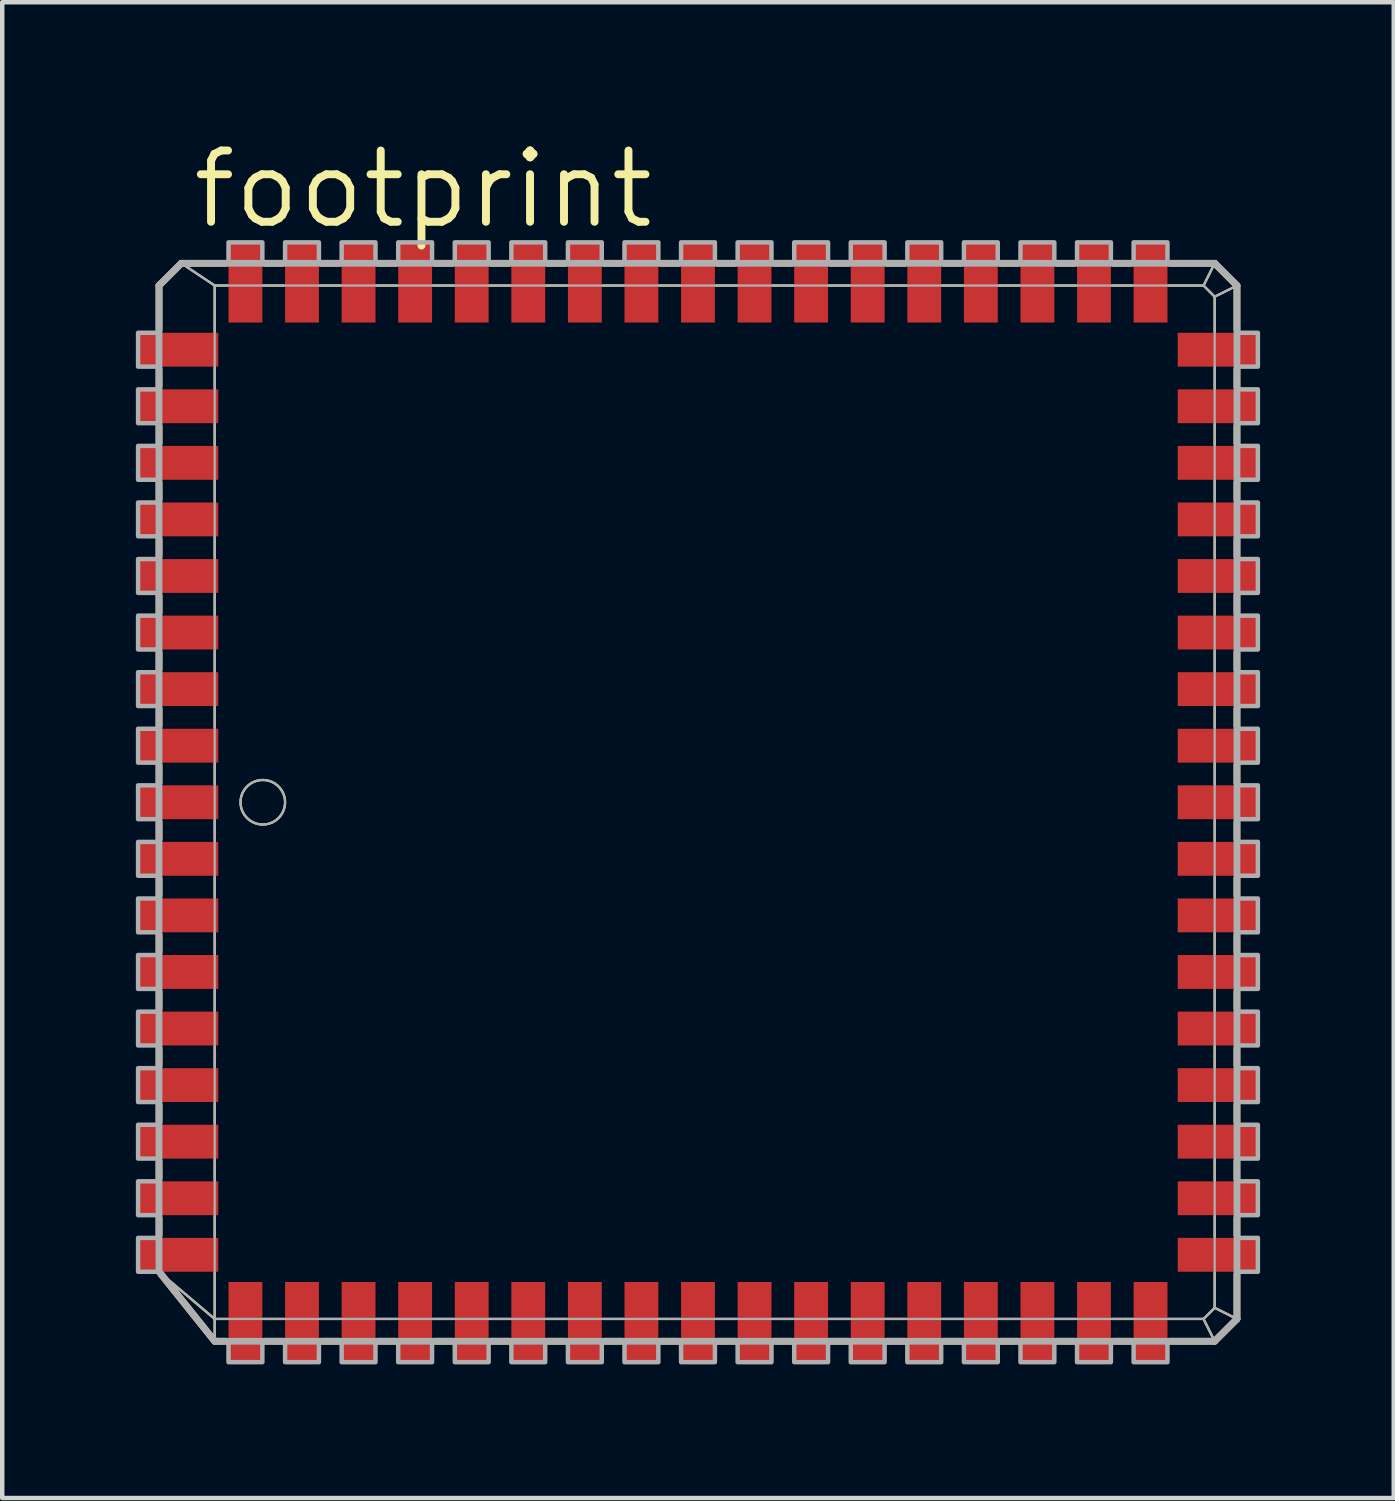
<source format=kicad_pcb>
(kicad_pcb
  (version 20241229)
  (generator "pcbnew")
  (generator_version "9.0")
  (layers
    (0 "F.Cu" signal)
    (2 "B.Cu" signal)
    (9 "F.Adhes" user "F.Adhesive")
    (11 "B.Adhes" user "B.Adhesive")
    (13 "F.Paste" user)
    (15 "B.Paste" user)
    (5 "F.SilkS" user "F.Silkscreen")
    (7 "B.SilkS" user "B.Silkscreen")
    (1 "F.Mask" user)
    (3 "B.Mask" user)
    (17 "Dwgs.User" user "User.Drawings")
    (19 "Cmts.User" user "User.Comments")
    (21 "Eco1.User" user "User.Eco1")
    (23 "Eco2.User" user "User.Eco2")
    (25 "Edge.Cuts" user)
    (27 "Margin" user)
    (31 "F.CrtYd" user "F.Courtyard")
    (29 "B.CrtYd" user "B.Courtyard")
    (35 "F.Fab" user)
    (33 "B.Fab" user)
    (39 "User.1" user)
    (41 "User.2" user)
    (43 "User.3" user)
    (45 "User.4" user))
  (footprint "footprint"
    (layer "F.Cu")
    (at 12.62 14.961)
    (property "Reference" "footprint" (at -11.43 -12.827 0) (layer "F.SilkS") (effects (font (size 1.6 1.6) (thickness 0.178)) (justify left bottom)))
    (fp_line (start -12.1 -11.6) (end -11.6 -12.1) (stroke (width 0.152) (type solid)) (layer "F.SilkS"))
    (fp_line (start -12.1 -10.6) (end -12.1 -11.6) (stroke (width 0.152) (type solid)) (layer "F.SilkS"))
    (fp_line (start -12.1 -9.33) (end -12.1 -9.72) (stroke (width 0.152) (type solid)) (layer "F.SilkS"))
    (fp_line (start -12.1 -8.06) (end -12.1 -8.45) (stroke (width 0.152) (type solid)) (layer "F.SilkS"))
    (fp_line (start -12.1 -6.79) (end -12.1 -7.18) (stroke (width 0.152) (type solid)) (layer "F.SilkS"))
    (fp_line (start -12.1 -5.52) (end -12.1 -5.91) (stroke (width 0.152) (type solid)) (layer "F.SilkS"))
    (fp_line (start -12.1 -4.25) (end -12.1 -4.64) (stroke (width 0.152) (type solid)) (layer "F.SilkS"))
    (fp_line (start -12.1 -2.98) (end -12.1 -3.37) (stroke (width 0.152) (type solid)) (layer "F.SilkS"))
    (fp_line (start -12.1 -1.71) (end -12.1 -2.1) (stroke (width 0.152) (type solid)) (layer "F.SilkS"))
    (fp_line (start -12.1 -0.44) (end -12.1 -0.83) (stroke (width 0.152) (type solid)) (layer "F.SilkS"))
    (fp_line (start -12.1 0.83) (end -12.1 0.44) (stroke (width 0.152) (type solid)) (layer "F.SilkS"))
    (fp_line (start -12.1 2.1) (end -12.1 1.71) (stroke (width 0.152) (type solid)) (layer "F.SilkS"))
    (fp_line (start -12.1 3.37) (end -12.1 2.98) (stroke (width 0.152) (type solid)) (layer "F.SilkS"))
    (fp_line (start -12.1 4.64) (end -12.1 4.25) (stroke (width 0.152) (type solid)) (layer "F.SilkS"))
    (fp_line (start -12.1 5.91) (end -12.1 5.52) (stroke (width 0.152) (type solid)) (layer "F.SilkS"))
    (fp_line (start -12.1 7.18) (end -12.1 6.79) (stroke (width 0.152) (type solid)) (layer "F.SilkS"))
    (fp_line (start -12.1 8.45) (end -12.1 8.06) (stroke (width 0.152) (type solid)) (layer "F.SilkS"))
    (fp_line (start -12.1 9.72) (end -12.1 9.33) (stroke (width 0.152) (type solid)) (layer "F.SilkS"))
    (fp_line (start -11.6 -12.1) (end -10.85 -11.6) (stroke (width 0.051) (type solid)) (layer "F.SilkS"))
    (fp_line (start -11.6 -12.1) (end -10.6 -12.1) (stroke (width 0.152) (type solid)) (layer "F.SilkS"))
    (fp_line (start -10.85 -11.6) (end -10.56 -11.6) (stroke (width 0.051) (type solid)) (layer "F.SilkS"))
    (fp_line (start -10.85 -10.56) (end -10.85 -11.6) (stroke (width 0.051) (type solid)) (layer "F.SilkS"))
    (fp_line (start -10.85 -9.29) (end -10.85 -9.76) (stroke (width 0.051) (type solid)) (layer "F.SilkS"))
    (fp_line (start -10.85 -8.02) (end -10.85 -8.49) (stroke (width 0.051) (type solid)) (layer "F.SilkS"))
    (fp_line (start -10.85 -6.75) (end -10.85 -7.22) (stroke (width 0.051) (type solid)) (layer "F.SilkS"))
    (fp_line (start -10.85 -5.48) (end -10.85 -5.95) (stroke (width 0.051) (type solid)) (layer "F.SilkS"))
    (fp_line (start -10.85 -4.21) (end -10.85 -4.68) (stroke (width 0.051) (type solid)) (layer "F.SilkS"))
    (fp_line (start -10.85 -2.94) (end -10.85 -3.41) (stroke (width 0.051) (type solid)) (layer "F.SilkS"))
    (fp_line (start -10.85 -1.67) (end -10.85 -2.14) (stroke (width 0.051) (type solid)) (layer "F.SilkS"))
    (fp_line (start -10.85 -0.4) (end -10.85 -0.87) (stroke (width 0.051) (type solid)) (layer "F.SilkS"))
    (fp_line (start -10.85 0.87) (end -10.85 0.4) (stroke (width 0.051) (type solid)) (layer "F.SilkS"))
    (fp_line (start -10.85 2.14) (end -10.85 1.67) (stroke (width 0.051) (type solid)) (layer "F.SilkS"))
    (fp_line (start -10.85 3.41) (end -10.85 2.94) (stroke (width 0.051) (type solid)) (layer "F.SilkS"))
    (fp_line (start -10.85 4.68) (end -10.85 4.21) (stroke (width 0.051) (type solid)) (layer "F.SilkS"))
    (fp_line (start -10.85 5.95) (end -10.85 5.48) (stroke (width 0.051) (type solid)) (layer "F.SilkS"))
    (fp_line (start -10.85 7.22) (end -10.85 6.75) (stroke (width 0.051) (type solid)) (layer "F.SilkS"))
    (fp_line (start -10.85 8.49) (end -10.85 8.02) (stroke (width 0.051) (type solid)) (layer "F.SilkS"))
    (fp_line (start -10.85 9.76) (end -10.85 9.29) (stroke (width 0.051) (type solid)) (layer "F.SilkS"))
    (fp_line (start -10.85 11.6) (end -12.08 10.56) (stroke (width 0.051) (type solid)) (layer "F.SilkS"))
    (fp_line (start -10.85 11.6) (end -10.85 10.56) (stroke (width 0.051) (type solid)) (layer "F.SilkS"))
    (fp_line (start -10.85 12.1) (end -12.05 10.6) (stroke (width 0.152) (type solid)) (layer "F.SilkS"))
    (fp_line (start -10.85 12.1) (end -10.85 11.6) (stroke (width 0.051) (type solid)) (layer "F.SilkS"))
    (fp_line (start -10.6 12.1) (end -10.85 12.1) (stroke (width 0.152) (type solid)) (layer "F.SilkS"))
    (fp_line (start -10.56 11.6) (end -10.85 11.6) (stroke (width 0.051) (type solid)) (layer "F.SilkS"))
    (fp_line (start -9.76 -11.6) (end -9.29 -11.6) (stroke (width 0.051) (type solid)) (layer "F.SilkS"))
    (fp_line (start -9.72 -12.1) (end -9.33 -12.1) (stroke (width 0.152) (type solid)) (layer "F.SilkS"))
    (fp_line (start -9.33 12.1) (end -9.72 12.1) (stroke (width 0.152) (type solid)) (layer "F.SilkS"))
    (fp_line (start -9.29 11.6) (end -9.76 11.6) (stroke (width 0.051) (type solid)) (layer "F.SilkS"))
    (fp_line (start -8.49 -11.6) (end -8.02 -11.6) (stroke (width 0.051) (type solid)) (layer "F.SilkS"))
    (fp_line (start -8.45 -12.1) (end -8.06 -12.1) (stroke (width 0.152) (type solid)) (layer "F.SilkS"))
    (fp_line (start -8.06 12.1) (end -8.45 12.1) (stroke (width 0.152) (type solid)) (layer "F.SilkS"))
    (fp_line (start -8.02 11.6) (end -8.49 11.6) (stroke (width 0.051) (type solid)) (layer "F.SilkS"))
    (fp_line (start -7.22 -11.6) (end -6.75 -11.6) (stroke (width 0.051) (type solid)) (layer "F.SilkS"))
    (fp_line (start -7.18 -12.1) (end -6.79 -12.1) (stroke (width 0.152) (type solid)) (layer "F.SilkS"))
    (fp_line (start -6.79 12.1) (end -7.18 12.1) (stroke (width 0.152) (type solid)) (layer "F.SilkS"))
    (fp_line (start -6.75 11.6) (end -7.22 11.6) (stroke (width 0.051) (type solid)) (layer "F.SilkS"))
    (fp_line (start -5.95 -11.6) (end -5.48 -11.6) (stroke (width 0.051) (type solid)) (layer "F.SilkS"))
    (fp_line (start -5.91 -12.1) (end -5.52 -12.1) (stroke (width 0.152) (type solid)) (layer "F.SilkS"))
    (fp_line (start -5.52 12.1) (end -5.91 12.1) (stroke (width 0.152) (type solid)) (layer "F.SilkS"))
    (fp_line (start -5.48 11.6) (end -5.95 11.6) (stroke (width 0.051) (type solid)) (layer "F.SilkS"))
    (fp_line (start -4.68 -11.6) (end -4.21 -11.6) (stroke (width 0.051) (type solid)) (layer "F.SilkS"))
    (fp_line (start -4.64 -12.1) (end -4.25 -12.1) (stroke (width 0.152) (type solid)) (layer "F.SilkS"))
    (fp_line (start -4.25 12.1) (end -4.64 12.1) (stroke (width 0.152) (type solid)) (layer "F.SilkS"))
    (fp_line (start -4.21 11.6) (end -4.68 11.6) (stroke (width 0.051) (type solid)) (layer "F.SilkS"))
    (fp_line (start -3.41 -11.6) (end -2.94 -11.6) (stroke (width 0.051) (type solid)) (layer "F.SilkS"))
    (fp_line (start -3.37 -12.1) (end -2.98 -12.1) (stroke (width 0.152) (type solid)) (layer "F.SilkS"))
    (fp_line (start -2.98 12.1) (end -3.37 12.1) (stroke (width 0.152) (type solid)) (layer "F.SilkS"))
    (fp_line (start -2.94 11.6) (end -3.41 11.6) (stroke (width 0.051) (type solid)) (layer "F.SilkS"))
    (fp_line (start -2.14 -11.6) (end -1.67 -11.6) (stroke (width 0.051) (type solid)) (layer "F.SilkS"))
    (fp_line (start -2.1 -12.1) (end -1.71 -12.1) (stroke (width 0.152) (type solid)) (layer "F.SilkS"))
    (fp_line (start -1.71 12.1) (end -2.1 12.1) (stroke (width 0.152) (type solid)) (layer "F.SilkS"))
    (fp_line (start -1.67 11.6) (end -2.14 11.6) (stroke (width 0.051) (type solid)) (layer "F.SilkS"))
    (fp_line (start -0.87 -11.6) (end -0.4 -11.6) (stroke (width 0.051) (type solid)) (layer "F.SilkS"))
    (fp_line (start -0.83 -12.1) (end -0.44 -12.1) (stroke (width 0.152) (type solid)) (layer "F.SilkS"))
    (fp_line (start -0.44 12.1) (end -0.83 12.1) (stroke (width 0.152) (type solid)) (layer "F.SilkS"))
    (fp_line (start -0.4 11.6) (end -0.87 11.6) (stroke (width 0.051) (type solid)) (layer "F.SilkS"))
    (fp_line (start 0.4 -11.6) (end 0.87 -11.6) (stroke (width 0.051) (type solid)) (layer "F.SilkS"))
    (fp_line (start 0.44 -12.1) (end 0.83 -12.1) (stroke (width 0.152) (type solid)) (layer "F.SilkS"))
    (fp_line (start 0.83 12.1) (end 0.44 12.1) (stroke (width 0.152) (type solid)) (layer "F.SilkS"))
    (fp_line (start 0.87 11.6) (end 0.4 11.6) (stroke (width 0.051) (type solid)) (layer "F.SilkS"))
    (fp_line (start 1.67 -11.6) (end 2.14 -11.6) (stroke (width 0.051) (type solid)) (layer "F.SilkS"))
    (fp_line (start 1.71 -12.1) (end 2.1 -12.1) (stroke (width 0.152) (type solid)) (layer "F.SilkS"))
    (fp_line (start 2.1 12.1) (end 1.71 12.1) (stroke (width 0.152) (type solid)) (layer "F.SilkS"))
    (fp_line (start 2.14 11.6) (end 1.67 11.6) (stroke (width 0.051) (type solid)) (layer "F.SilkS"))
    (fp_line (start 2.94 -11.6) (end 3.41 -11.6) (stroke (width 0.051) (type solid)) (layer "F.SilkS"))
    (fp_line (start 2.98 -12.1) (end 3.37 -12.1) (stroke (width 0.152) (type solid)) (layer "F.SilkS"))
    (fp_line (start 3.37 12.1) (end 2.98 12.1) (stroke (width 0.152) (type solid)) (layer "F.SilkS"))
    (fp_line (start 3.41 11.6) (end 2.94 11.6) (stroke (width 0.051) (type solid)) (layer "F.SilkS"))
    (fp_line (start 4.21 -11.6) (end 4.68 -11.6) (stroke (width 0.051) (type solid)) (layer "F.SilkS"))
    (fp_line (start 4.25 -12.1) (end 4.64 -12.1) (stroke (width 0.152) (type solid)) (layer "F.SilkS"))
    (fp_line (start 4.64 12.1) (end 4.25 12.1) (stroke (width 0.152) (type solid)) (layer "F.SilkS"))
    (fp_line (start 4.68 11.6) (end 4.21 11.6) (stroke (width 0.051) (type solid)) (layer "F.SilkS"))
    (fp_line (start 5.48 -11.6) (end 5.95 -11.6) (stroke (width 0.051) (type solid)) (layer "F.SilkS"))
    (fp_line (start 5.52 -12.1) (end 5.91 -12.1) (stroke (width 0.152) (type solid)) (layer "F.SilkS"))
    (fp_line (start 5.91 12.1) (end 5.52 12.1) (stroke (width 0.152) (type solid)) (layer "F.SilkS"))
    (fp_line (start 5.95 11.6) (end 5.48 11.6) (stroke (width 0.051) (type solid)) (layer "F.SilkS"))
    (fp_line (start 6.75 -11.6) (end 7.22 -11.6) (stroke (width 0.051) (type solid)) (layer "F.SilkS"))
    (fp_line (start 6.79 -12.1) (end 7.18 -12.1) (stroke (width 0.152) (type solid)) (layer "F.SilkS"))
    (fp_line (start 7.18 12.1) (end 6.79 12.1) (stroke (width 0.152) (type solid)) (layer "F.SilkS"))
    (fp_line (start 7.22 11.6) (end 6.75 11.6) (stroke (width 0.051) (type solid)) (layer "F.SilkS"))
    (fp_line (start 8.02 -11.6) (end 8.49 -11.6) (stroke (width 0.051) (type solid)) (layer "F.SilkS"))
    (fp_line (start 8.06 -12.1) (end 8.45 -12.1) (stroke (width 0.152) (type solid)) (layer "F.SilkS"))
    (fp_line (start 8.45 12.1) (end 8.06 12.1) (stroke (width 0.152) (type solid)) (layer "F.SilkS"))
    (fp_line (start 8.49 11.6) (end 8.02 11.6) (stroke (width 0.051) (type solid)) (layer "F.SilkS"))
    (fp_line (start 9.29 -11.6) (end 9.76 -11.6) (stroke (width 0.051) (type solid)) (layer "F.SilkS"))
    (fp_line (start 9.33 -12.1) (end 9.72 -12.1) (stroke (width 0.152) (type solid)) (layer "F.SilkS"))
    (fp_line (start 9.72 12.1) (end 9.33 12.1) (stroke (width 0.152) (type solid)) (layer "F.SilkS"))
    (fp_line (start 9.76 11.6) (end 9.29 11.6) (stroke (width 0.051) (type solid)) (layer "F.SilkS"))
    (fp_line (start 10.56 -11.6) (end 11.35 -11.6) (stroke (width 0.051) (type solid)) (layer "F.SilkS"))
    (fp_line (start 10.6 -12.1) (end 11.6 -12.1) (stroke (width 0.152) (type solid)) (layer "F.SilkS"))
    (fp_line (start 11.35 -11.6) (end 11.6 -12.1) (stroke (width 0.051) (type solid)) (layer "F.SilkS"))
    (fp_line (start 11.35 -11.6) (end 11.6 -11.35) (stroke (width 0.051) (type solid)) (layer "F.SilkS"))
    (fp_line (start 11.35 11.6) (end 10.56 11.6) (stroke (width 0.051) (type solid)) (layer "F.SilkS"))
    (fp_line (start 11.6 -12.1) (end 12.1 -11.6) (stroke (width 0.152) (type solid)) (layer "F.SilkS"))
    (fp_line (start 11.6 -11.35) (end 11.6 -10.56) (stroke (width 0.051) (type solid)) (layer "F.SilkS"))
    (fp_line (start 11.6 -11.35) (end 12.1 -11.6) (stroke (width 0.051) (type solid)) (layer "F.SilkS"))
    (fp_line (start 11.6 -9.76) (end 11.6 -9.29) (stroke (width 0.051) (type solid)) (layer "F.SilkS"))
    (fp_line (start 11.6 -8.49) (end 11.6 -8.02) (stroke (width 0.051) (type solid)) (layer "F.SilkS"))
    (fp_line (start 11.6 -7.22) (end 11.6 -6.75) (stroke (width 0.051) (type solid)) (layer "F.SilkS"))
    (fp_line (start 11.6 -5.95) (end 11.6 -5.48) (stroke (width 0.051) (type solid)) (layer "F.SilkS"))
    (fp_line (start 11.6 -4.68) (end 11.6 -4.21) (stroke (width 0.051) (type solid)) (layer "F.SilkS"))
    (fp_line (start 11.6 -3.41) (end 11.6 -2.94) (stroke (width 0.051) (type solid)) (layer "F.SilkS"))
    (fp_line (start 11.6 -2.14) (end 11.6 -1.67) (stroke (width 0.051) (type solid)) (layer "F.SilkS"))
    (fp_line (start 11.6 -0.87) (end 11.6 -0.4) (stroke (width 0.051) (type solid)) (layer "F.SilkS"))
    (fp_line (start 11.6 0.4) (end 11.6 0.87) (stroke (width 0.051) (type solid)) (layer "F.SilkS"))
    (fp_line (start 11.6 1.67) (end 11.6 2.14) (stroke (width 0.051) (type solid)) (layer "F.SilkS"))
    (fp_line (start 11.6 2.94) (end 11.6 3.41) (stroke (width 0.051) (type solid)) (layer "F.SilkS"))
    (fp_line (start 11.6 4.21) (end 11.6 4.68) (stroke (width 0.051) (type solid)) (layer "F.SilkS"))
    (fp_line (start 11.6 5.48) (end 11.6 5.95) (stroke (width 0.051) (type solid)) (layer "F.SilkS"))
    (fp_line (start 11.6 6.75) (end 11.6 7.22) (stroke (width 0.051) (type solid)) (layer "F.SilkS"))
    (fp_line (start 11.6 8.02) (end 11.6 8.49) (stroke (width 0.051) (type solid)) (layer "F.SilkS"))
    (fp_line (start 11.6 9.29) (end 11.6 9.76) (stroke (width 0.051) (type solid)) (layer "F.SilkS"))
    (fp_line (start 11.6 10.56) (end 11.6 11.35) (stroke (width 0.051) (type solid)) (layer "F.SilkS"))
    (fp_line (start 11.6 11.35) (end 11.35 11.6) (stroke (width 0.051) (type solid)) (layer "F.SilkS"))
    (fp_line (start 11.6 12.1) (end 10.6 12.1) (stroke (width 0.152) (type solid)) (layer "F.SilkS"))
    (fp_line (start 11.6 12.1) (end 11.35 11.6) (stroke (width 0.051) (type solid)) (layer "F.SilkS"))
    (fp_line (start 12.1 -11.6) (end 12.1 -10.6) (stroke (width 0.152) (type solid)) (layer "F.SilkS"))
    (fp_line (start 12.1 -9.72) (end 12.1 -9.33) (stroke (width 0.152) (type solid)) (layer "F.SilkS"))
    (fp_line (start 12.1 -8.45) (end 12.1 -8.06) (stroke (width 0.152) (type solid)) (layer "F.SilkS"))
    (fp_line (start 12.1 -7.18) (end 12.1 -6.79) (stroke (width 0.152) (type solid)) (layer "F.SilkS"))
    (fp_line (start 12.1 -5.91) (end 12.1 -5.52) (stroke (width 0.152) (type solid)) (layer "F.SilkS"))
    (fp_line (start 12.1 -4.64) (end 12.1 -4.25) (stroke (width 0.152) (type solid)) (layer "F.SilkS"))
    (fp_line (start 12.1 -3.37) (end 12.1 -2.98) (stroke (width 0.152) (type solid)) (layer "F.SilkS"))
    (fp_line (start 12.1 -2.1) (end 12.1 -1.71) (stroke (width 0.152) (type solid)) (layer "F.SilkS"))
    (fp_line (start 12.1 -0.83) (end 12.1 -0.44) (stroke (width 0.152) (type solid)) (layer "F.SilkS"))
    (fp_line (start 12.1 0.44) (end 12.1 0.83) (stroke (width 0.152) (type solid)) (layer "F.SilkS"))
    (fp_line (start 12.1 1.71) (end 12.1 2.1) (stroke (width 0.152) (type solid)) (layer "F.SilkS"))
    (fp_line (start 12.1 2.98) (end 12.1 3.37) (stroke (width 0.152) (type solid)) (layer "F.SilkS"))
    (fp_line (start 12.1 4.25) (end 12.1 4.64) (stroke (width 0.152) (type solid)) (layer "F.SilkS"))
    (fp_line (start 12.1 5.52) (end 12.1 5.91) (stroke (width 0.152) (type solid)) (layer "F.SilkS"))
    (fp_line (start 12.1 6.79) (end 12.1 7.18) (stroke (width 0.152) (type solid)) (layer "F.SilkS"))
    (fp_line (start 12.1 8.06) (end 12.1 8.45) (stroke (width 0.152) (type solid)) (layer "F.SilkS"))
    (fp_line (start 12.1 9.33) (end 12.1 9.72) (stroke (width 0.152) (type solid)) (layer "F.SilkS"))
    (fp_line (start 12.1 10.6) (end 12.1 11.6) (stroke (width 0.152) (type solid)) (layer "F.SilkS"))
    (fp_line (start 12.1 11.6) (end 11.6 11.35) (stroke (width 0.051) (type solid)) (layer "F.SilkS"))
    (fp_line (start 12.1 11.6) (end 11.6 12.1) (stroke (width 0.152) (type solid)) (layer "F.SilkS"))
    (fp_circle (center -9.77 0) (end -9.27 0) (stroke (width 0.051) (type solid)) (fill no) (layer "F.SilkS"))
    (fp_line (start -12.1 -11.6) (end -11.6 -12.1) (stroke (width 0.152) (type solid)) (layer "F.Fab"))
    (fp_line (start -12.1 10.54) (end -12.1 -11.6) (stroke (width 0.152) (type solid)) (layer "F.Fab"))
    (fp_line (start -11.6 -12.1) (end -10.85 -11.6) (stroke (width 0.051) (type solid)) (layer "F.Fab"))
    (fp_line (start -11.6 -12.1) (end 11.6 -12.1) (stroke (width 0.152) (type solid)) (layer "F.Fab"))
    (fp_line (start -10.85 -11.6) (end 11.35 -11.6) (stroke (width 0.051) (type solid)) (layer "F.Fab"))
    (fp_line (start -10.85 11.6) (end -12.1 10.54) (stroke (width 0.051) (type solid)) (layer "F.Fab"))
    (fp_line (start -10.85 11.6) (end -10.85 -11.6) (stroke (width 0.051) (type solid)) (layer "F.Fab"))
    (fp_line (start -10.85 12.1) (end -12.1 10.54) (stroke (width 0.152) (type solid)) (layer "F.Fab"))
    (fp_line (start -10.85 12.1) (end -10.85 11.6) (stroke (width 0.051) (type solid)) (layer "F.Fab"))
    (fp_line (start 11.35 -11.6) (end 11.6 -12.1) (stroke (width 0.051) (type solid)) (layer "F.Fab"))
    (fp_line (start 11.35 -11.6) (end 11.6 -11.35) (stroke (width 0.051) (type solid)) (layer "F.Fab"))
    (fp_line (start 11.35 11.6) (end -10.85 11.6) (stroke (width 0.051) (type solid)) (layer "F.Fab"))
    (fp_line (start 11.6 -12.1) (end 12.1 -11.6) (stroke (width 0.152) (type solid)) (layer "F.Fab"))
    (fp_line (start 11.6 -11.35) (end 11.6 11.35) (stroke (width 0.051) (type solid)) (layer "F.Fab"))
    (fp_line (start 11.6 -11.35) (end 12.1 -11.6) (stroke (width 0.051) (type solid)) (layer "F.Fab"))
    (fp_line (start 11.6 11.35) (end 11.35 11.6) (stroke (width 0.051) (type solid)) (layer "F.Fab"))
    (fp_line (start 11.6 12.1) (end -10.85 12.1) (stroke (width 0.152) (type solid)) (layer "F.Fab"))
    (fp_line (start 11.6 12.1) (end 11.35 11.6) (stroke (width 0.051) (type solid)) (layer "F.Fab"))
    (fp_line (start 12.1 -11.6) (end 12.1 11.6) (stroke (width 0.152) (type solid)) (layer "F.Fab"))
    (fp_line (start 12.1 11.6) (end 11.6 11.35) (stroke (width 0.051) (type solid)) (layer "F.Fab"))
    (fp_line (start 12.1 11.6) (end 11.6 12.1) (stroke (width 0.152) (type solid)) (layer "F.Fab"))
    (fp_circle (center -9.77 0) (end -9.27 0) (stroke (width 0.051) (type solid)) (fill no) (layer "F.Fab"))
    (fp_poly (pts (xy -12.57 -9.78) (xy -12.1 -9.78) (xy -12.1 -10.54) (xy -12.57 -10.54)) (stroke (width 0.1) (type solid)) (fill no) (layer "F.Fab"))
    (fp_poly (pts (xy -12.57 -8.51) (xy -12.1 -8.51) (xy -12.1 -9.27) (xy -12.57 -9.27)) (stroke (width 0.1) (type solid)) (fill no) (layer "F.Fab"))
    (fp_poly (pts (xy -12.57 -7.24) (xy -12.1 -7.24) (xy -12.1 -8) (xy -12.57 -8)) (stroke (width 0.1) (type solid)) (fill no) (layer "F.Fab"))
    (fp_poly (pts (xy -12.57 -5.97) (xy -12.1 -5.97) (xy -12.1 -6.73) (xy -12.57 -6.73)) (stroke (width 0.1) (type solid)) (fill no) (layer "F.Fab"))
    (fp_poly (pts (xy -12.57 -4.7) (xy -12.1 -4.7) (xy -12.1 -5.46) (xy -12.57 -5.46)) (stroke (width 0.1) (type solid)) (fill no) (layer "F.Fab"))
    (fp_poly (pts (xy -12.57 -3.43) (xy -12.1 -3.43) (xy -12.1 -4.19) (xy -12.57 -4.19)) (stroke (width 0.1) (type solid)) (fill no) (layer "F.Fab"))
    (fp_poly (pts (xy -12.57 -2.16) (xy -12.1 -2.16) (xy -12.1 -2.92) (xy -12.57 -2.92)) (stroke (width 0.1) (type solid)) (fill no) (layer "F.Fab"))
    (fp_poly (pts (xy -12.57 -0.89) (xy -12.1 -0.89) (xy -12.1 -1.65) (xy -12.57 -1.65)) (stroke (width 0.1) (type solid)) (fill no) (layer "F.Fab"))
    (fp_poly (pts (xy -12.57 0.38) (xy -12.1 0.38) (xy -12.1 -0.38) (xy -12.57 -0.38)) (stroke (width 0.1) (type solid)) (fill no) (layer "F.Fab"))
    (fp_poly (pts (xy -12.57 1.65) (xy -12.1 1.65) (xy -12.1 0.89) (xy -12.57 0.89)) (stroke (width 0.1) (type solid)) (fill no) (layer "F.Fab"))
    (fp_poly (pts (xy -12.57 2.92) (xy -12.1 2.92) (xy -12.1 2.16) (xy -12.57 2.16)) (stroke (width 0.1) (type solid)) (fill no) (layer "F.Fab"))
    (fp_poly (pts (xy -12.57 4.19) (xy -12.1 4.19) (xy -12.1 3.43) (xy -12.57 3.43)) (stroke (width 0.1) (type solid)) (fill no) (layer "F.Fab"))
    (fp_poly (pts (xy -12.57 5.46) (xy -12.1 5.46) (xy -12.1 4.7) (xy -12.57 4.7)) (stroke (width 0.1) (type solid)) (fill no) (layer "F.Fab"))
    (fp_poly (pts (xy -12.57 6.73) (xy -12.1 6.73) (xy -12.1 5.97) (xy -12.57 5.97)) (stroke (width 0.1) (type solid)) (fill no) (layer "F.Fab"))
    (fp_poly (pts (xy -12.57 8) (xy -12.1 8) (xy -12.1 7.24) (xy -12.57 7.24)) (stroke (width 0.1) (type solid)) (fill no) (layer "F.Fab"))
    (fp_poly (pts (xy -12.57 9.27) (xy -12.1 9.27) (xy -12.1 8.51) (xy -12.57 8.51)) (stroke (width 0.1) (type solid)) (fill no) (layer "F.Fab"))
    (fp_poly (pts (xy -12.57 10.54) (xy -12.1 10.54) (xy -12.1 9.78) (xy -12.57 9.78)) (stroke (width 0.1) (type solid)) (fill no) (layer "F.Fab"))
    (fp_poly (pts (xy -10.54 -12.1) (xy -9.78 -12.1) (xy -9.78 -12.57) (xy -10.54 -12.57)) (stroke (width 0.1) (type solid)) (fill no) (layer "F.Fab"))
    (fp_poly (pts (xy -10.54 12.57) (xy -9.78 12.57) (xy -9.78 12.1) (xy -10.54 12.1)) (stroke (width 0.1) (type solid)) (fill no) (layer "F.Fab"))
    (fp_poly (pts (xy -9.27 -12.1) (xy -8.51 -12.1) (xy -8.51 -12.57) (xy -9.27 -12.57)) (stroke (width 0.1) (type solid)) (fill no) (layer "F.Fab"))
    (fp_poly (pts (xy -9.27 12.57) (xy -8.51 12.57) (xy -8.51 12.1) (xy -9.27 12.1)) (stroke (width 0.1) (type solid)) (fill no) (layer "F.Fab"))
    (fp_poly (pts (xy -8 -12.1) (xy -7.24 -12.1) (xy -7.24 -12.57) (xy -8 -12.57)) (stroke (width 0.1) (type solid)) (fill no) (layer "F.Fab"))
    (fp_poly (pts (xy -8 12.57) (xy -7.24 12.57) (xy -7.24 12.1) (xy -8 12.1)) (stroke (width 0.1) (type solid)) (fill no) (layer "F.Fab"))
    (fp_poly (pts (xy -6.73 -12.1) (xy -5.97 -12.1) (xy -5.97 -12.57) (xy -6.73 -12.57)) (stroke (width 0.1) (type solid)) (fill no) (layer "F.Fab"))
    (fp_poly (pts (xy -6.73 12.57) (xy -5.97 12.57) (xy -5.97 12.1) (xy -6.73 12.1)) (stroke (width 0.1) (type solid)) (fill no) (layer "F.Fab"))
    (fp_poly (pts (xy -5.46 -12.1) (xy -4.7 -12.1) (xy -4.7 -12.57) (xy -5.46 -12.57)) (stroke (width 0.1) (type solid)) (fill no) (layer "F.Fab"))
    (fp_poly (pts (xy -5.46 12.57) (xy -4.7 12.57) (xy -4.7 12.1) (xy -5.46 12.1)) (stroke (width 0.1) (type solid)) (fill no) (layer "F.Fab"))
    (fp_poly (pts (xy -4.19 -12.1) (xy -3.43 -12.1) (xy -3.43 -12.57) (xy -4.19 -12.57)) (stroke (width 0.1) (type solid)) (fill no) (layer "F.Fab"))
    (fp_poly (pts (xy -4.19 12.57) (xy -3.43 12.57) (xy -3.43 12.1) (xy -4.19 12.1)) (stroke (width 0.1) (type solid)) (fill no) (layer "F.Fab"))
    (fp_poly (pts (xy -2.92 -12.1) (xy -2.16 -12.1) (xy -2.16 -12.57) (xy -2.92 -12.57)) (stroke (width 0.1) (type solid)) (fill no) (layer "F.Fab"))
    (fp_poly (pts (xy -2.92 12.57) (xy -2.16 12.57) (xy -2.16 12.1) (xy -2.92 12.1)) (stroke (width 0.1) (type solid)) (fill no) (layer "F.Fab"))
    (fp_poly (pts (xy -1.65 -12.1) (xy -0.89 -12.1) (xy -0.89 -12.57) (xy -1.65 -12.57)) (stroke (width 0.1) (type solid)) (fill no) (layer "F.Fab"))
    (fp_poly (pts (xy -1.65 12.57) (xy -0.89 12.57) (xy -0.89 12.1) (xy -1.65 12.1)) (stroke (width 0.1) (type solid)) (fill no) (layer "F.Fab"))
    (fp_poly (pts (xy -0.38 -12.1) (xy 0.38 -12.1) (xy 0.38 -12.57) (xy -0.38 -12.57)) (stroke (width 0.1) (type solid)) (fill no) (layer "F.Fab"))
    (fp_poly (pts (xy -0.38 12.57) (xy 0.38 12.57) (xy 0.38 12.1) (xy -0.38 12.1)) (stroke (width 0.1) (type solid)) (fill no) (layer "F.Fab"))
    (fp_poly (pts (xy 0.89 -12.1) (xy 1.65 -12.1) (xy 1.65 -12.57) (xy 0.89 -12.57)) (stroke (width 0.1) (type solid)) (fill no) (layer "F.Fab"))
    (fp_poly (pts (xy 0.89 12.57) (xy 1.65 12.57) (xy 1.65 12.1) (xy 0.89 12.1)) (stroke (width 0.1) (type solid)) (fill no) (layer "F.Fab"))
    (fp_poly (pts (xy 2.16 -12.1) (xy 2.92 -12.1) (xy 2.92 -12.57) (xy 2.16 -12.57)) (stroke (width 0.1) (type solid)) (fill no) (layer "F.Fab"))
    (fp_poly (pts (xy 2.16 12.57) (xy 2.92 12.57) (xy 2.92 12.1) (xy 2.16 12.1)) (stroke (width 0.1) (type solid)) (fill no) (layer "F.Fab"))
    (fp_poly (pts (xy 3.43 -12.1) (xy 4.19 -12.1) (xy 4.19 -12.57) (xy 3.43 -12.57)) (stroke (width 0.1) (type solid)) (fill no) (layer "F.Fab"))
    (fp_poly (pts (xy 3.43 12.57) (xy 4.19 12.57) (xy 4.19 12.1) (xy 3.43 12.1)) (stroke (width 0.1) (type solid)) (fill no) (layer "F.Fab"))
    (fp_poly (pts (xy 4.7 -12.1) (xy 5.46 -12.1) (xy 5.46 -12.57) (xy 4.7 -12.57)) (stroke (width 0.1) (type solid)) (fill no) (layer "F.Fab"))
    (fp_poly (pts (xy 4.7 12.57) (xy 5.46 12.57) (xy 5.46 12.1) (xy 4.7 12.1)) (stroke (width 0.1) (type solid)) (fill no) (layer "F.Fab"))
    (fp_poly (pts (xy 5.97 -12.1) (xy 6.73 -12.1) (xy 6.73 -12.57) (xy 5.97 -12.57)) (stroke (width 0.1) (type solid)) (fill no) (layer "F.Fab"))
    (fp_poly (pts (xy 5.97 12.57) (xy 6.73 12.57) (xy 6.73 12.1) (xy 5.97 12.1)) (stroke (width 0.1) (type solid)) (fill no) (layer "F.Fab"))
    (fp_poly (pts (xy 7.24 -12.1) (xy 8 -12.1) (xy 8 -12.57) (xy 7.24 -12.57)) (stroke (width 0.1) (type solid)) (fill no) (layer "F.Fab"))
    (fp_poly (pts (xy 7.24 12.57) (xy 8 12.57) (xy 8 12.1) (xy 7.24 12.1)) (stroke (width 0.1) (type solid)) (fill no) (layer "F.Fab"))
    (fp_poly (pts (xy 8.51 -12.1) (xy 9.27 -12.1) (xy 9.27 -12.57) (xy 8.51 -12.57)) (stroke (width 0.1) (type solid)) (fill no) (layer "F.Fab"))
    (fp_poly (pts (xy 8.51 12.57) (xy 9.27 12.57) (xy 9.27 12.1) (xy 8.51 12.1)) (stroke (width 0.1) (type solid)) (fill no) (layer "F.Fab"))
    (fp_poly (pts (xy 9.78 -12.1) (xy 10.54 -12.1) (xy 10.54 -12.57) (xy 9.78 -12.57)) (stroke (width 0.1) (type solid)) (fill no) (layer "F.Fab"))
    (fp_poly (pts (xy 9.78 12.57) (xy 10.54 12.57) (xy 10.54 12.1) (xy 9.78 12.1)) (stroke (width 0.1) (type solid)) (fill no) (layer "F.Fab"))
    (fp_poly (pts (xy 12.1 -9.78) (xy 12.57 -9.78) (xy 12.57 -10.54) (xy 12.1 -10.54)) (stroke (width 0.1) (type solid)) (fill no) (layer "F.Fab"))
    (fp_poly (pts (xy 12.1 -8.51) (xy 12.57 -8.51) (xy 12.57 -9.27) (xy 12.1 -9.27)) (stroke (width 0.1) (type solid)) (fill no) (layer "F.Fab"))
    (fp_poly (pts (xy 12.1 -7.24) (xy 12.57 -7.24) (xy 12.57 -8) (xy 12.1 -8)) (stroke (width 0.1) (type solid)) (fill no) (layer "F.Fab"))
    (fp_poly (pts (xy 12.1 -5.97) (xy 12.57 -5.97) (xy 12.57 -6.73) (xy 12.1 -6.73)) (stroke (width 0.1) (type solid)) (fill no) (layer "F.Fab"))
    (fp_poly (pts (xy 12.1 -4.7) (xy 12.57 -4.7) (xy 12.57 -5.46) (xy 12.1 -5.46)) (stroke (width 0.1) (type solid)) (fill no) (layer "F.Fab"))
    (fp_poly (pts (xy 12.1 -3.43) (xy 12.57 -3.43) (xy 12.57 -4.19) (xy 12.1 -4.19)) (stroke (width 0.1) (type solid)) (fill no) (layer "F.Fab"))
    (fp_poly (pts (xy 12.1 -2.16) (xy 12.57 -2.16) (xy 12.57 -2.92) (xy 12.1 -2.92)) (stroke (width 0.1) (type solid)) (fill no) (layer "F.Fab"))
    (fp_poly (pts (xy 12.1 -0.89) (xy 12.57 -0.89) (xy 12.57 -1.65) (xy 12.1 -1.65)) (stroke (width 0.1) (type solid)) (fill no) (layer "F.Fab"))
    (fp_poly (pts (xy 12.1 0.38) (xy 12.57 0.38) (xy 12.57 -0.38) (xy 12.1 -0.38)) (stroke (width 0.1) (type solid)) (fill no) (layer "F.Fab"))
    (fp_poly (pts (xy 12.1 1.65) (xy 12.57 1.65) (xy 12.57 0.89) (xy 12.1 0.89)) (stroke (width 0.1) (type solid)) (fill no) (layer "F.Fab"))
    (fp_poly (pts (xy 12.1 2.92) (xy 12.57 2.92) (xy 12.57 2.16) (xy 12.1 2.16)) (stroke (width 0.1) (type solid)) (fill no) (layer "F.Fab"))
    (fp_poly (pts (xy 12.1 4.19) (xy 12.57 4.19) (xy 12.57 3.43) (xy 12.1 3.43)) (stroke (width 0.1) (type solid)) (fill no) (layer "F.Fab"))
    (fp_poly (pts (xy 12.1 5.46) (xy 12.57 5.46) (xy 12.57 4.7) (xy 12.1 4.7)) (stroke (width 0.1) (type solid)) (fill no) (layer "F.Fab"))
    (fp_poly (pts (xy 12.1 6.73) (xy 12.57 6.73) (xy 12.57 5.97) (xy 12.1 5.97)) (stroke (width 0.1) (type solid)) (fill no) (layer "F.Fab"))
    (fp_poly (pts (xy 12.1 8) (xy 12.57 8) (xy 12.57 7.24) (xy 12.1 7.24)) (stroke (width 0.1) (type solid)) (fill no) (layer "F.Fab"))
    (fp_poly (pts (xy 12.1 9.27) (xy 12.57 9.27) (xy 12.57 8.51) (xy 12.1 8.51)) (stroke (width 0.1) (type solid)) (fill no) (layer "F.Fab"))
    (fp_poly (pts (xy 12.1 10.54) (xy 12.57 10.54) (xy 12.57 9.78) (xy 12.1 9.78)) (stroke (width 0.1) (type solid)) (fill no) (layer "F.Fab"))
    (pad "1" smd rect (at -11.67 0) (size 1.8 0.76) (layers "F.Cu" "F.Mask" "F.Paste"))
    (pad "2" smd rect (at -11.67 1.27) (size 1.8 0.76) (layers "F.Cu" "F.Mask" "F.Paste"))
    (pad "3" smd rect (at -11.67 2.54) (size 1.8 0.76) (layers "F.Cu" "F.Mask" "F.Paste"))
    (pad "4" smd rect (at -11.67 3.81) (size 1.8 0.76) (layers "F.Cu" "F.Mask" "F.Paste"))
    (pad "5" smd rect (at -11.67 5.08) (size 1.8 0.76) (layers "F.Cu" "F.Mask" "F.Paste"))
    (pad "6" smd rect (at -11.67 6.35) (size 1.8 0.76) (layers "F.Cu" "F.Mask" "F.Paste"))
    (pad "7" smd rect (at -11.67 7.62) (size 1.8 0.76) (layers "F.Cu" "F.Mask" "F.Paste"))
    (pad "8" smd rect (at -11.67 8.89) (size 1.8 0.76) (layers "F.Cu" "F.Mask" "F.Paste"))
    (pad "9" smd rect (at -11.67 10.16) (size 1.8 0.76) (layers "F.Cu" "F.Mask" "F.Paste"))
    (pad "10" smd rect (at -10.16 11.67) (size 0.76 1.8) (layers "F.Cu" "F.Mask" "F.Paste"))
    (pad "11" smd rect (at -8.89 11.67) (size 0.76 1.8) (layers "F.Cu" "F.Mask" "F.Paste"))
    (pad "12" smd rect (at -7.62 11.67) (size 0.76 1.8) (layers "F.Cu" "F.Mask" "F.Paste"))
    (pad "13" smd rect (at -6.35 11.67) (size 0.76 1.8) (layers "F.Cu" "F.Mask" "F.Paste"))
    (pad "14" smd rect (at -5.08 11.67) (size 0.76 1.8) (layers "F.Cu" "F.Mask" "F.Paste"))
    (pad "15" smd rect (at -3.81 11.67) (size 0.76 1.8) (layers "F.Cu" "F.Mask" "F.Paste"))
    (pad "16" smd rect (at -2.54 11.67) (size 0.76 1.8) (layers "F.Cu" "F.Mask" "F.Paste"))
    (pad "17" smd rect (at -1.27 11.67) (size 0.76 1.8) (layers "F.Cu" "F.Mask" "F.Paste"))
    (pad "18" smd rect (at 0 11.67) (size 0.76 1.8) (layers "F.Cu" "F.Mask" "F.Paste"))
    (pad "19" smd rect (at 1.27 11.67) (size 0.76 1.8) (layers "F.Cu" "F.Mask" "F.Paste"))
    (pad "20" smd rect (at 2.54 11.67) (size 0.76 1.8) (layers "F.Cu" "F.Mask" "F.Paste"))
    (pad "21" smd rect (at 3.81 11.67) (size 0.76 1.8) (layers "F.Cu" "F.Mask" "F.Paste"))
    (pad "22" smd rect (at 5.08 11.67) (size 0.76 1.8) (layers "F.Cu" "F.Mask" "F.Paste"))
    (pad "23" smd rect (at 6.35 11.67) (size 0.76 1.8) (layers "F.Cu" "F.Mask" "F.Paste"))
    (pad "24" smd rect (at 7.62 11.67) (size 0.76 1.8) (layers "F.Cu" "F.Mask" "F.Paste"))
    (pad "25" smd rect (at 8.89 11.67) (size 0.76 1.8) (layers "F.Cu" "F.Mask" "F.Paste"))
    (pad "26" smd rect (at 10.16 11.67) (size 0.76 1.8) (layers "F.Cu" "F.Mask" "F.Paste"))
    (pad "27" smd rect (at 11.67 10.16) (size 1.8 0.76) (layers "F.Cu" "F.Mask" "F.Paste"))
    (pad "28" smd rect (at 11.67 8.89) (size 1.8 0.76) (layers "F.Cu" "F.Mask" "F.Paste"))
    (pad "29" smd rect (at 11.67 7.62) (size 1.8 0.76) (layers "F.Cu" "F.Mask" "F.Paste"))
    (pad "30" smd rect (at 11.67 6.35) (size 1.8 0.76) (layers "F.Cu" "F.Mask" "F.Paste"))
    (pad "31" smd rect (at 11.67 5.08) (size 1.8 0.76) (layers "F.Cu" "F.Mask" "F.Paste"))
    (pad "32" smd rect (at 11.67 3.81) (size 1.8 0.76) (layers "F.Cu" "F.Mask" "F.Paste"))
    (pad "33" smd rect (at 11.67 2.54) (size 1.8 0.76) (layers "F.Cu" "F.Mask" "F.Paste"))
    (pad "34" smd rect (at 11.67 1.27) (size 1.8 0.76) (layers "F.Cu" "F.Mask" "F.Paste"))
    (pad "35" smd rect (at 11.67 0) (size 1.8 0.76) (layers "F.Cu" "F.Mask" "F.Paste"))
    (pad "36" smd rect (at 11.67 -1.27) (size 1.8 0.76) (layers "F.Cu" "F.Mask" "F.Paste"))
    (pad "37" smd rect (at 11.67 -2.54) (size 1.8 0.76) (layers "F.Cu" "F.Mask" "F.Paste"))
    (pad "38" smd rect (at 11.67 -3.81) (size 1.8 0.76) (layers "F.Cu" "F.Mask" "F.Paste"))
    (pad "39" smd rect (at 11.67 -5.08) (size 1.8 0.76) (layers "F.Cu" "F.Mask" "F.Paste"))
    (pad "40" smd rect (at 11.67 -6.35) (size 1.8 0.76) (layers "F.Cu" "F.Mask" "F.Paste"))
    (pad "41" smd rect (at 11.67 -7.62) (size 1.8 0.76) (layers "F.Cu" "F.Mask" "F.Paste"))
    (pad "42" smd rect (at 11.67 -8.89) (size 1.8 0.76) (layers "F.Cu" "F.Mask" "F.Paste"))
    (pad "43" smd rect (at 11.67 -10.16) (size 1.8 0.76) (layers "F.Cu" "F.Mask" "F.Paste"))
    (pad "44" smd rect (at 10.16 -11.67) (size 0.76 1.8) (layers "F.Cu" "F.Mask" "F.Paste"))
    (pad "45" smd rect (at 8.89 -11.67) (size 0.76 1.8) (layers "F.Cu" "F.Mask" "F.Paste"))
    (pad "46" smd rect (at 7.62 -11.67) (size 0.76 1.8) (layers "F.Cu" "F.Mask" "F.Paste"))
    (pad "47" smd rect (at 6.35 -11.67) (size 0.76 1.8) (layers "F.Cu" "F.Mask" "F.Paste"))
    (pad "48" smd rect (at 5.08 -11.67) (size 0.76 1.8) (layers "F.Cu" "F.Mask" "F.Paste"))
    (pad "49" smd rect (at 3.81 -11.67) (size 0.76 1.8) (layers "F.Cu" "F.Mask" "F.Paste"))
    (pad "50" smd rect (at 2.54 -11.67) (size 0.76 1.8) (layers "F.Cu" "F.Mask" "F.Paste"))
    (pad "51" smd rect (at 1.27 -11.67) (size 0.76 1.8) (layers "F.Cu" "F.Mask" "F.Paste"))
    (pad "52" smd rect (at 0 -11.67) (size 0.76 1.8) (layers "F.Cu" "F.Mask" "F.Paste"))
    (pad "53" smd rect (at -1.27 -11.67) (size 0.76 1.8) (layers "F.Cu" "F.Mask" "F.Paste"))
    (pad "54" smd rect (at -2.54 -11.67) (size 0.76 1.8) (layers "F.Cu" "F.Mask" "F.Paste"))
    (pad "55" smd rect (at -3.81 -11.67) (size 0.76 1.8) (layers "F.Cu" "F.Mask" "F.Paste"))
    (pad "56" smd rect (at -5.08 -11.67) (size 0.76 1.8) (layers "F.Cu" "F.Mask" "F.Paste"))
    (pad "57" smd rect (at -6.35 -11.67) (size 0.76 1.8) (layers "F.Cu" "F.Mask" "F.Paste"))
    (pad "58" smd rect (at -7.62 -11.67) (size 0.76 1.8) (layers "F.Cu" "F.Mask" "F.Paste"))
    (pad "59" smd rect (at -8.89 -11.67) (size 0.76 1.8) (layers "F.Cu" "F.Mask" "F.Paste"))
    (pad "60" smd rect (at -10.16 -11.67) (size 0.76 1.8) (layers "F.Cu" "F.Mask" "F.Paste"))
    (pad "61" smd rect (at -11.67 -10.16) (size 1.8 0.76) (layers "F.Cu" "F.Mask" "F.Paste"))
    (pad "62" smd rect (at -11.67 -8.89) (size 1.8 0.76) (layers "F.Cu" "F.Mask" "F.Paste"))
    (pad "63" smd rect (at -11.67 -7.62) (size 1.8 0.76) (layers "F.Cu" "F.Mask" "F.Paste"))
    (pad "64" smd rect (at -11.67 -6.35) (size 1.8 0.76) (layers "F.Cu" "F.Mask" "F.Paste"))
    (pad "65" smd rect (at -11.67 -5.08) (size 1.8 0.76) (layers "F.Cu" "F.Mask" "F.Paste"))
    (pad "66" smd rect (at -11.67 -3.81) (size 1.8 0.76) (layers "F.Cu" "F.Mask" "F.Paste"))
    (pad "67" smd rect (at -11.67 -2.54) (size 1.8 0.76) (layers "F.Cu" "F.Mask" "F.Paste"))
    (pad "68" smd rect (at -11.67 -1.27) (size 1.8 0.76) (layers "F.Cu" "F.Mask" "F.Paste")))
  (gr_rect
    (start -3 -3)
    (end 28.24 30.581)
    (stroke (width 0.1) (type default))
    (fill no)
    (layer "Edge.Cuts")))
</source>
